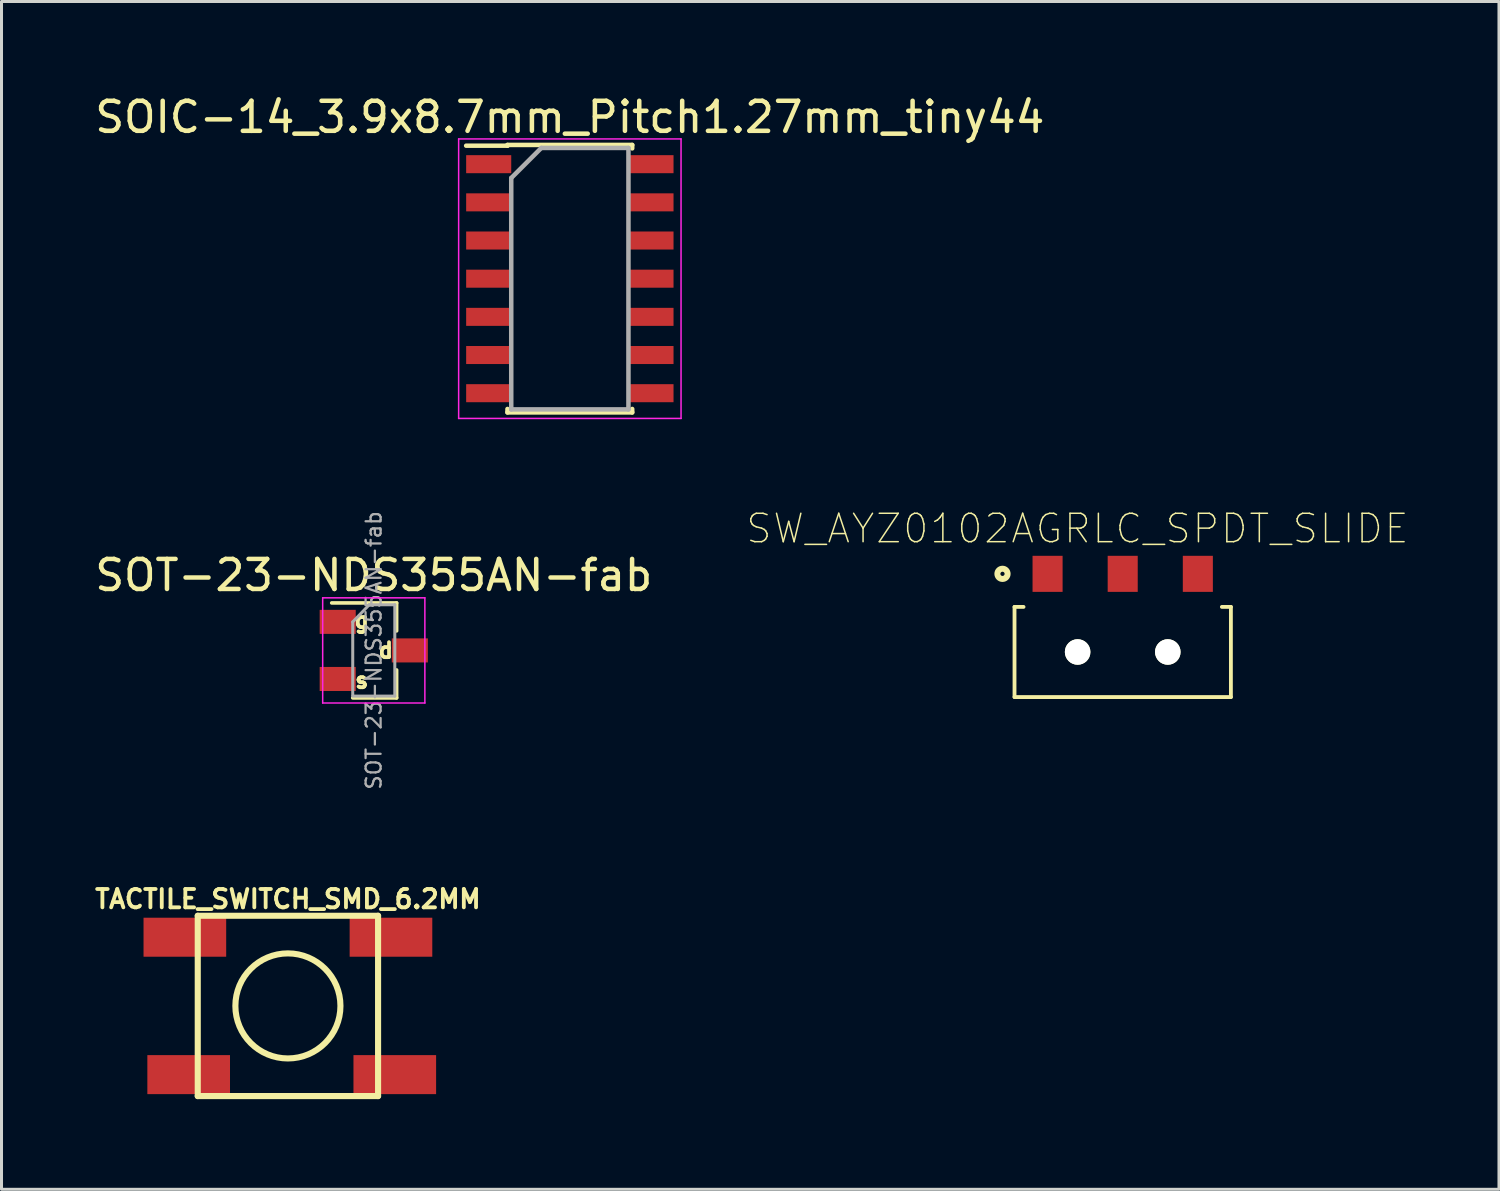
<source format=kicad_pcb>
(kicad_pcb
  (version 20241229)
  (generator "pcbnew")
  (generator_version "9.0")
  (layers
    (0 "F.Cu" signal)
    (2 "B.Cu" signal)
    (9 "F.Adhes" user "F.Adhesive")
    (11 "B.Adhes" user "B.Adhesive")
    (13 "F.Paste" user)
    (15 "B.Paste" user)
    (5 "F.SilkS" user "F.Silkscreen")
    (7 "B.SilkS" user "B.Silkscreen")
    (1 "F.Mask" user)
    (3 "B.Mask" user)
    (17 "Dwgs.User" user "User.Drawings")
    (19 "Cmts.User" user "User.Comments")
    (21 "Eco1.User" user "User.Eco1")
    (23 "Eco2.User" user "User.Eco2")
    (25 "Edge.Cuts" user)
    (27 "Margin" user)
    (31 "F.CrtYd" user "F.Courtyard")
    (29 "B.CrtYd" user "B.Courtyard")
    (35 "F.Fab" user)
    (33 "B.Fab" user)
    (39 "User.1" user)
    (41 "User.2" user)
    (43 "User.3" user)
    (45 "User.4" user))
  (footprint "SOT-23-NDS355AN-fab"
    (layer "F.Cu")
    (at 9.387 18.592)
    (property "Reference" "SOT-23-NDS355AN-fab" (at 0 -2.5 0) (layer "F.SilkS") (effects (font (size 1 1) (thickness 0.15))))
    (attr smd)
    (fp_line (start 0.76 -1.58) (end -1.4 -1.58) (stroke (width 0.12) (type solid)) (layer "F.SilkS"))
    (fp_line (start 0.76 -1.58) (end 0.76 -0.65) (stroke (width 0.12) (type solid)) (layer "F.SilkS"))
    (fp_line (start 0.76 1.58) (end -0.7 1.58) (stroke (width 0.12) (type solid)) (layer "F.SilkS"))
    (fp_line (start 0.76 1.58) (end 0.76 0.65) (stroke (width 0.12) (type solid)) (layer "F.SilkS"))
    (fp_line (start -1.7 -1.75) (end 1.7 -1.75) (stroke (width 0.05) (type solid)) (layer "F.CrtYd"))
    (fp_line (start -1.7 1.75) (end -1.7 -1.75) (stroke (width 0.05) (type solid)) (layer "F.CrtYd"))
    (fp_line (start 1.7 -1.75) (end 1.7 1.75) (stroke (width 0.05) (type solid)) (layer "F.CrtYd"))
    (fp_line (start 1.7 1.75) (end -1.7 1.75) (stroke (width 0.05) (type solid)) (layer "F.CrtYd"))
    (fp_line (start -0.7 -0.95) (end -0.7 1.5) (stroke (width 0.1) (type solid)) (layer "F.Fab"))
    (fp_line (start -0.7 -0.95) (end -0.15 -1.52) (stroke (width 0.1) (type solid)) (layer "F.Fab"))
    (fp_line (start -0.7 1.52) (end 0.7 1.52) (stroke (width 0.1) (type solid)) (layer "F.Fab"))
    (fp_line (start -0.15 -1.52) (end 0.7 -1.52) (stroke (width 0.1) (type solid)) (layer "F.Fab"))
    (fp_line (start 0.7 -1.52) (end 0.7 1.52) (stroke (width 0.1) (type solid)) (layer "F.Fab"))
    (fp_text user "g" (at -0.4 -1 0) (layer "F.SilkS") (effects (font (size 0.5 0.5) (thickness 0.125))))
    (fp_text user "d" (at 0.4 0 0) (layer "F.SilkS") (effects (font (size 0.5 0.5) (thickness 0.125))))
    (fp_text user "s" (at -0.4 1 0) (layer "F.SilkS") (effects (font (size 0.5 0.5) (thickness 0.125))))
    (fp_text user "${REFERENCE}" (at 0 0 90) (layer "F.Fab") (effects (font (size 0.5 0.5) (thickness 0.075))))
    (pad "1" smd rect (at 1.2 0) (size 1.2 0.8) (layers "F.Cu" "F.Mask" "F.Paste"))
    (pad "2" smd rect (at -1.2 0.95) (size 1.2 0.8) (layers "F.Cu" "F.Mask" "F.Paste"))
    (pad "3" smd rect (at -1.2 -0.95) (size 1.2 0.8) (layers "F.Cu" "F.Mask" "F.Paste")))
  (footprint "TACTILE_SWITCH_SMD_6.2MM"
    (layer "F.Cu")
    (at 6.53 30.421)
    (property "Reference" "TACTILE_SWITCH_SMD_6.2MM" (at 0 -3.556 0) (layer "F.SilkS") (effects (font (size 0.61 0.61) (thickness 0.127))))
    (attr smd)
    (fp_line (start -3 -3) (end -3 3) (stroke (width 0.203) (type solid)) (layer "F.SilkS"))
    (fp_line (start -3 3) (end 3 3) (stroke (width 0.203) (type solid)) (layer "F.SilkS"))
    (fp_line (start 3 -3) (end -3 -3) (stroke (width 0.203) (type solid)) (layer "F.SilkS"))
    (fp_line (start 3 3) (end 3 -3) (stroke (width 0.203) (type solid)) (layer "F.SilkS"))
    (fp_circle (center 0 0) (end 0 -1.748) (stroke (width 0.203) (type solid)) (fill no) (layer "F.SilkS"))
    (pad "1" smd rect (at -3.429 -2.286 90) (size 1.298 2.75) (layers "F.Cu" "F.Mask" "F.Paste"))
    (pad "1" smd rect (at 3.429 -2.286 90) (size 1.298 2.75) (layers "F.Cu" "F.Mask" "F.Paste"))
    (pad "2" smd rect (at -3.302 2.286 90) (size 1.298 2.75) (layers "F.Cu" "F.Mask" "F.Paste"))
    (pad "2" smd rect (at 3.556 2.286 90) (size 1.298 2.75) (layers "F.Cu" "F.Mask" "F.Paste")))
  (footprint "SW_AYZ0102AGRLC_SPDT_SLIDE"
    (layer "F.Cu")
    (at 34.307 18.494)
    (property "Reference" "SW_AYZ0102AGRLC_SPDT_SLIDE" (at -1.507 -3.955 0) (layer "F.SilkS") (effects (font (size 0.945 0.945) (thickness 0.05))))
    (attr smd)
    (fp_line (start -3.6 -1.35) (end -3.6 1.65) (stroke (width 0.127) (type solid)) (layer "F.SilkS"))
    (fp_line (start -3.6 1.65) (end 3.6 1.65) (stroke (width 0.127) (type solid)) (layer "F.SilkS"))
    (fp_line (start -3.3 -1.35) (end -3.6 -1.35) (stroke (width 0.127) (type solid)) (layer "F.SilkS"))
    (fp_line (start 3.6 -1.35) (end 3.3 -1.35) (stroke (width 0.127) (type solid)) (layer "F.SilkS"))
    (fp_line (start 3.6 1.65) (end 3.6 -1.35) (stroke (width 0.127) (type solid)) (layer "F.SilkS"))
    (fp_circle (center -4 -2.45) (end -3.83 -2.45) (stroke (width 0.2) (type solid)) (fill no) (layer "F.SilkS"))
    (fp_line (start -3.85 -3.3) (end 3.85 -3.3) (stroke (width 0.05) (type solid)) (layer "Eco1.User"))
    (fp_line (start -3.85 2.9) (end -3.85 -3.3) (stroke (width 0.05) (type solid)) (layer "Eco1.User"))
    (fp_line (start 3.85 -3.3) (end 3.85 2.9) (stroke (width 0.05) (type solid)) (layer "Eco1.User"))
    (fp_line (start 3.85 2.9) (end -3.85 2.9) (stroke (width 0.05) (type solid)) (layer "Eco1.User"))
    (fp_line (start -3.6 -1.35) (end 3.6 -1.35) (stroke (width 0.127) (type solid)) (layer "Eco2.User"))
    (fp_line (start -3.6 1.65) (end -3.6 -1.35) (stroke (width 0.127) (type solid)) (layer "Eco2.User"))
    (fp_line (start -2 1.65) (end -3.6 1.65) (stroke (width 0.127) (type solid)) (layer "Eco2.User"))
    (fp_line (start -2 1.65) (end -2 2.65) (stroke (width 0.127) (type solid)) (layer "Eco2.User"))
    (fp_line (start -2 2.65) (end -0.5 2.65) (stroke (width 0.127) (type solid)) (layer "Eco2.User"))
    (fp_line (start -0.5 1.65) (end -2 1.65) (stroke (width 0.127) (type solid)) (layer "Eco2.User"))
    (fp_line (start -0.5 2.65) (end -0.5 1.65) (stroke (width 0.127) (type solid)) (layer "Eco2.User"))
    (fp_line (start 3.6 -1.35) (end 3.6 1.65) (stroke (width 0.127) (type solid)) (layer "Eco2.User"))
    (fp_line (start 3.6 1.65) (end -0.5 1.65) (stroke (width 0.127) (type solid)) (layer "Eco2.User"))
    (pad "" np_thru_hole circle (at -1.5 0.15) (size 0.85 0.85) (drill 0.85) (layers "*.Cu" "*.Mask" "F.SilkS"))
    (pad "" np_thru_hole circle (at 1.5 0.15) (size 0.85 0.85) (drill 0.85) (layers "*.Cu" "*.Mask" "F.SilkS"))
    (pad "1" smd rect (at -2.5 -2.45 90) (size 1.2 1) (layers "F.Cu" "F.Mask" "F.Paste"))
    (pad "2" smd rect (at 0 -2.45 90) (size 1.2 1) (layers "F.Cu" "F.Mask" "F.Paste"))
    (pad "3" smd rect (at 2.5 -2.45 90) (size 1.2 1) (layers "F.Cu" "F.Mask" "F.Paste")))
  (footprint "SOIC-14_3.9x8.7mm_Pitch1.27mm_tiny44"
    (layer "F.Cu")
    (at 15.911 6.223)
    (property "Reference" "SOIC-14_3.9x8.7mm_Pitch1.27mm_tiny44" (at 0 -5.375 0) (layer "F.SilkS") (effects (font (size 1 1) (thickness 0.15))))
    (attr smd)
    (fp_line (start -2.075 -4.45) (end -2.075 -4.425) (stroke (width 0.15) (type solid)) (layer "F.SilkS"))
    (fp_line (start -2.075 -4.45) (end 2.075 -4.45) (stroke (width 0.15) (type solid)) (layer "F.SilkS"))
    (fp_line (start -2.075 -4.425) (end -3.45 -4.425) (stroke (width 0.15) (type solid)) (layer "F.SilkS"))
    (fp_line (start -2.075 4.45) (end -2.075 4.335) (stroke (width 0.15) (type solid)) (layer "F.SilkS"))
    (fp_line (start -2.075 4.45) (end 2.075 4.45) (stroke (width 0.15) (type solid)) (layer "F.SilkS"))
    (fp_line (start 2.075 -4.45) (end 2.075 -4.335) (stroke (width 0.15) (type solid)) (layer "F.SilkS"))
    (fp_line (start 2.075 4.45) (end 2.075 4.335) (stroke (width 0.15) (type solid)) (layer "F.SilkS"))
    (fp_line (start -3.7 -4.65) (end -3.7 4.65) (stroke (width 0.05) (type solid)) (layer "F.CrtYd"))
    (fp_line (start -3.7 -4.65) (end 3.7 -4.65) (stroke (width 0.05) (type solid)) (layer "F.CrtYd"))
    (fp_line (start -3.7 4.65) (end 3.7 4.65) (stroke (width 0.05) (type solid)) (layer "F.CrtYd"))
    (fp_line (start 3.7 -4.65) (end 3.7 4.65) (stroke (width 0.05) (type solid)) (layer "F.CrtYd"))
    (fp_line (start -1.95 -3.35) (end -0.95 -4.35) (stroke (width 0.15) (type solid)) (layer "F.Fab"))
    (fp_line (start -1.95 4.35) (end -1.95 -3.35) (stroke (width 0.15) (type solid)) (layer "F.Fab"))
    (fp_line (start -0.95 -4.35) (end 1.95 -4.35) (stroke (width 0.15) (type solid)) (layer "F.Fab"))
    (fp_line (start 1.95 -4.35) (end 1.95 4.35) (stroke (width 0.15) (type solid)) (layer "F.Fab"))
    (fp_line (start 1.95 4.35) (end -1.95 4.35) (stroke (width 0.15) (type solid)) (layer "F.Fab"))
    (pad "1" smd rect (at -2.7 -3.81) (size 1.5 0.6) (layers "F.Cu" "F.Mask" "F.Paste"))
    (pad "2" smd rect (at -2.7 -2.54) (size 1.5 0.6) (layers "F.Cu" "F.Mask" "F.Paste"))
    (pad "3" smd rect (at -2.7 -1.27) (size 1.5 0.6) (layers "F.Cu" "F.Mask" "F.Paste"))
    (pad "4" smd rect (at -2.7 0) (size 1.5 0.6) (layers "F.Cu" "F.Mask" "F.Paste"))
    (pad "5" smd rect (at -2.7 1.27) (size 1.5 0.6) (layers "F.Cu" "F.Mask" "F.Paste"))
    (pad "6" smd rect (at -2.7 2.54) (size 1.5 0.6) (layers "F.Cu" "F.Mask" "F.Paste"))
    (pad "7" smd rect (at -2.7 3.81) (size 1.5 0.6) (layers "F.Cu" "F.Mask" "F.Paste"))
    (pad "8" smd rect (at 2.7 3.81) (size 1.5 0.6) (layers "F.Cu" "F.Mask" "F.Paste"))
    (pad "9" smd rect (at 2.7 2.54) (size 1.5 0.6) (layers "F.Cu" "F.Mask" "F.Paste"))
    (pad "10" smd rect (at 2.7 1.27) (size 1.5 0.6) (layers "F.Cu" "F.Mask" "F.Paste"))
    (pad "11" smd rect (at 2.7 0) (size 1.5 0.6) (layers "F.Cu" "F.Mask" "F.Paste"))
    (pad "12" smd rect (at 2.7 -1.27) (size 1.5 0.6) (layers "F.Cu" "F.Mask" "F.Paste"))
    (pad "13" smd rect (at 2.7 -2.54) (size 1.5 0.6) (layers "F.Cu" "F.Mask" "F.Paste"))
    (pad "14" smd rect (at 2.7 -3.81) (size 1.5 0.6) (layers "F.Cu" "F.Mask" "F.Paste")))
  (gr_rect
    (start -3 -3)
    (end 46.827 36.522)
    (stroke (width 0.1) (type default))
    (fill no)
    (layer "Edge.Cuts")))
</source>
